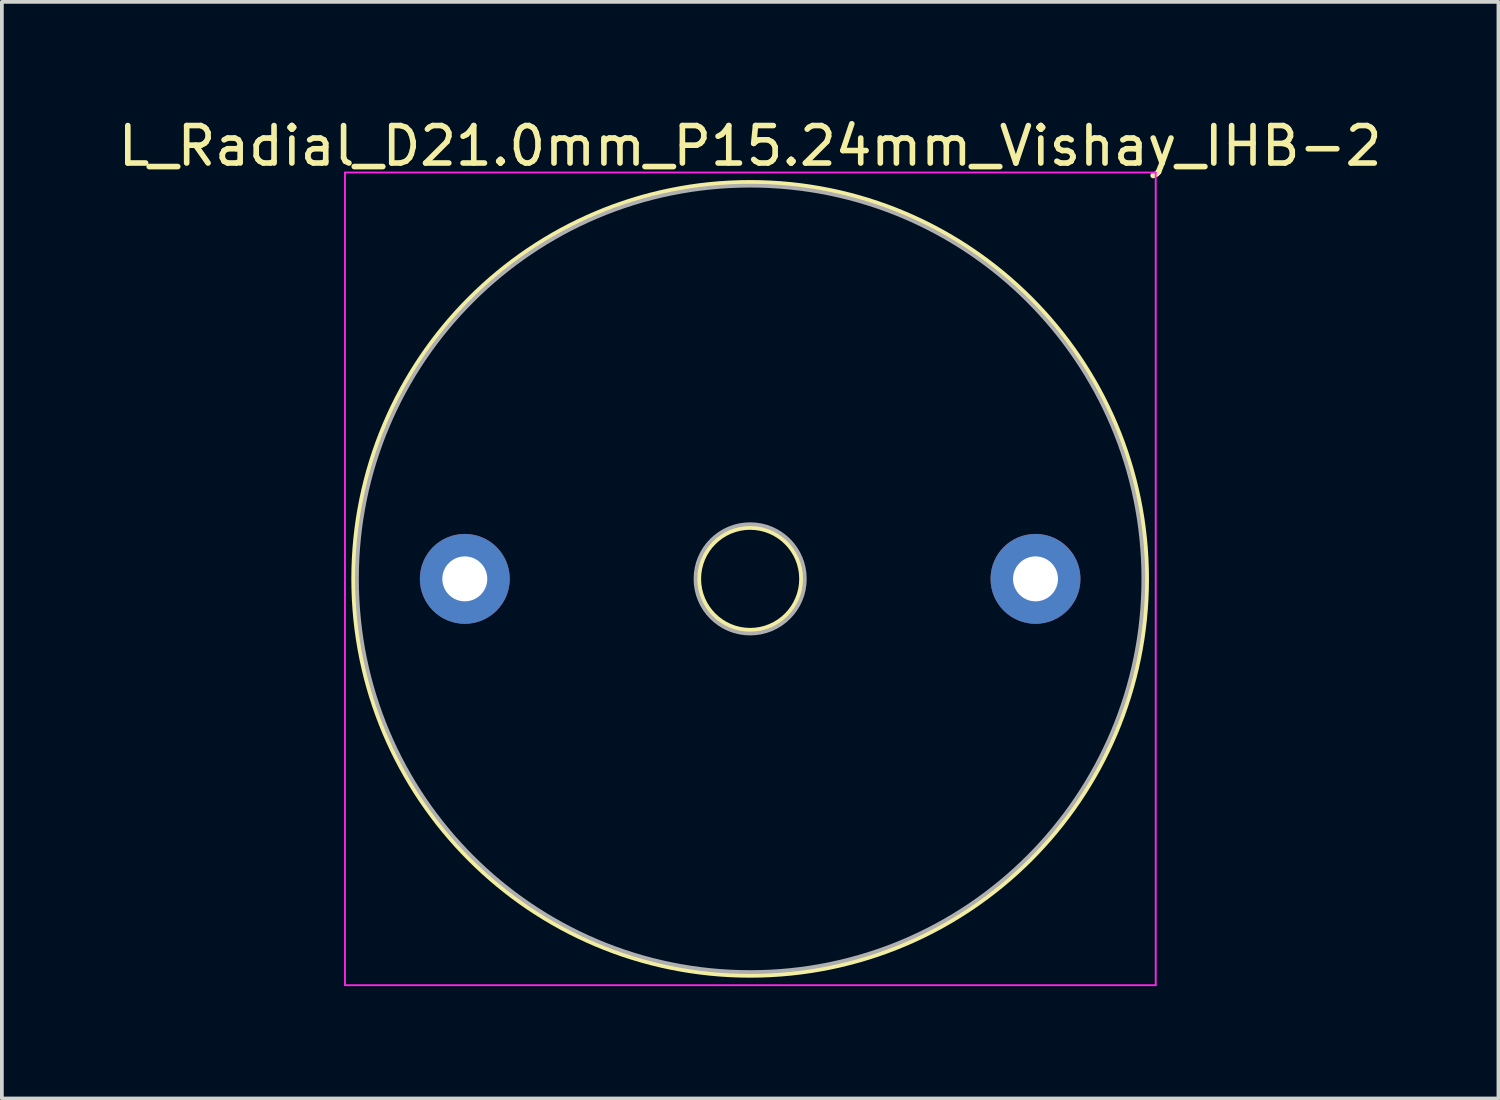
<source format=kicad_pcb>
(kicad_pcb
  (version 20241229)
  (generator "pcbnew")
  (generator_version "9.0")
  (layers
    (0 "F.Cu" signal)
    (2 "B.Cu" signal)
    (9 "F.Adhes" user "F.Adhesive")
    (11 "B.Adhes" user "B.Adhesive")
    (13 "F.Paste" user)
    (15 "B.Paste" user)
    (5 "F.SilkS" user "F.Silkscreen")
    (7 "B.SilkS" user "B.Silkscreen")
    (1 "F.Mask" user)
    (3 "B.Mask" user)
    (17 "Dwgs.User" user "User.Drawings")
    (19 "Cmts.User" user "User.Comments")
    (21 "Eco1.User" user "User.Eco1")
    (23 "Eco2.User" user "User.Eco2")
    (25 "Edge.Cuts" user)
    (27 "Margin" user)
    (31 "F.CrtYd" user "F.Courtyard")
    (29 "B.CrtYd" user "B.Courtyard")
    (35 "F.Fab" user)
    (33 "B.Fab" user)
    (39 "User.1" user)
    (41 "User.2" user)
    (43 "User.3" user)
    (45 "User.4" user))
  (footprint "L_Radial_D21.0mm_P15.24mm_Vishay_IHB-2"
    (layer "F.Cu")
    (at 9.362 12.408)
    (property "Reference" "L_Radial_D21.0mm_P15.24mm_Vishay_IHB-2" (at 7.62 -11.56 0) (layer "F.SilkS") (effects (font (size 1 1) (thickness 0.15))))
    (attr through_hole)
    (fp_circle (center 7.62 0) (end 8.99 0) (stroke (width 0.12) (type solid)) (fill no) (layer "F.SilkS"))
    (fp_circle (center 7.62 0) (end 18.21 0) (stroke (width 0.12) (type solid)) (fill no) (layer "F.SilkS"))
    (fp_line (start -3.2 -10.85) (end -3.2 10.85) (stroke (width 0.05) (type solid)) (layer "F.CrtYd"))
    (fp_line (start -3.2 10.85) (end 18.45 10.85) (stroke (width 0.05) (type solid)) (layer "F.CrtYd"))
    (fp_line (start 18.45 -10.85) (end -3.2 -10.85) (stroke (width 0.05) (type solid)) (layer "F.CrtYd"))
    (fp_line (start 18.45 10.85) (end 18.45 -10.85) (stroke (width 0.05) (type solid)) (layer "F.CrtYd"))
    (fp_circle (center 7.62 0) (end 9.08 0) (stroke (width 0.1) (type solid)) (fill no) (layer "F.Fab"))
    (fp_circle (center 7.62 0) (end 18.12 0) (stroke (width 0.1) (type solid)) (fill no) (layer "F.Fab"))
    (pad "1" thru_hole circle (at 0 0) (size 2.4 2.4) (drill 1.2) (layers "*.Cu" "*.Mask"))
    (pad "2" thru_hole circle (at 15.24 0) (size 2.4 2.4) (drill 1.2) (layers "*.Cu" "*.Mask")))
  (gr_rect
    (start -3 -3)
    (end 36.964 26.283)
    (stroke (width 0.1) (type default))
    (fill no)
    (layer "Edge.Cuts")))
</source>
